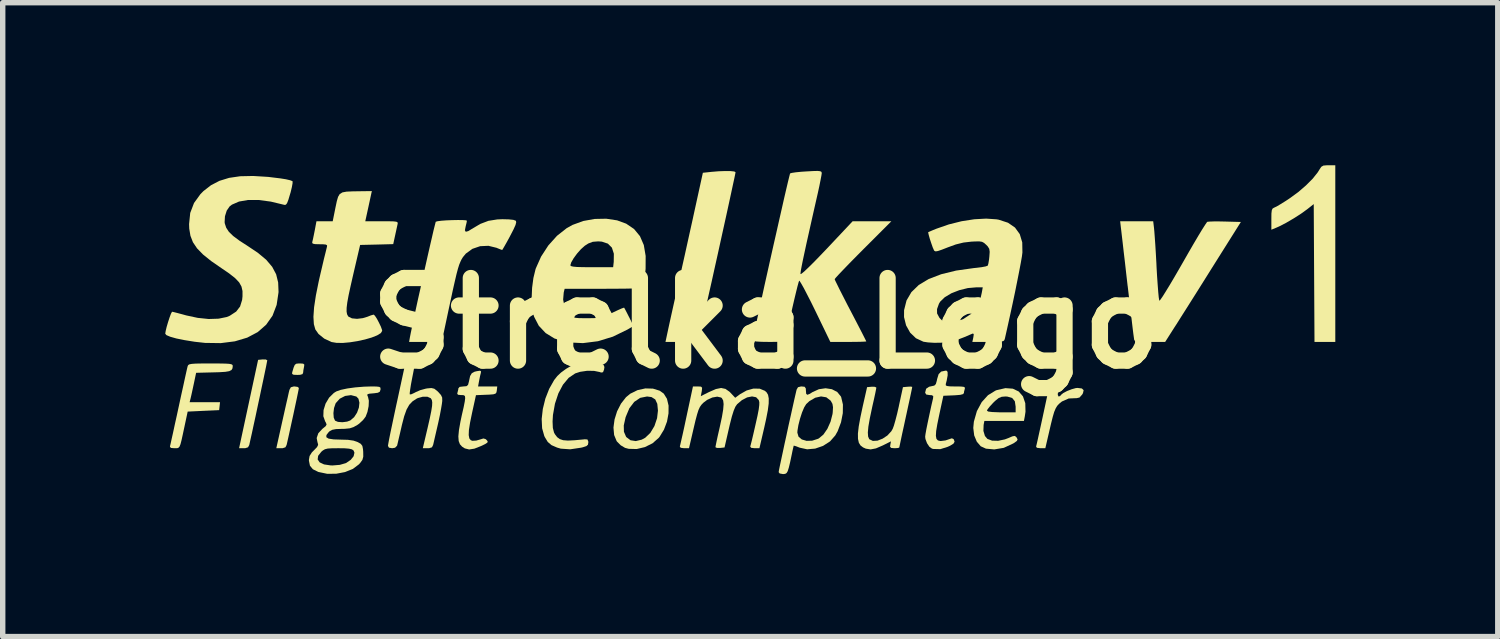
<source format=kicad_pcb>
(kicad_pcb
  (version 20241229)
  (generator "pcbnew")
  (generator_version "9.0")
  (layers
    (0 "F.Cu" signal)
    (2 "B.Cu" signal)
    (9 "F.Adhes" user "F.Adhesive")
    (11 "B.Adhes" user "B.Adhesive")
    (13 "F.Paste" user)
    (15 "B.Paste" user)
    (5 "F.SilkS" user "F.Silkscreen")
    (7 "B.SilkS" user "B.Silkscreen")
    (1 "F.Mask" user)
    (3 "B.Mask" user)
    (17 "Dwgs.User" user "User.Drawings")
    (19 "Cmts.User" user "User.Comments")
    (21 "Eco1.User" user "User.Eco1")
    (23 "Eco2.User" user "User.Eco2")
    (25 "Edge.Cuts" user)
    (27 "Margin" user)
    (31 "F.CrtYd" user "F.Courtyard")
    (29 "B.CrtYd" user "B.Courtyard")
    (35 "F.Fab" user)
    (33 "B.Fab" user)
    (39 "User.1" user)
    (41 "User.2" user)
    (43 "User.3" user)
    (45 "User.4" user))
  (footprint "Strelka_Logo"
    (layer "F.Cu")
    (at 11.083 2.916)
    (property "Reference" "Strelka_Logo" (at 0 0 0) (layer "F.SilkS") (effects (font (size 1.524 1.524) (thickness 0.3))))
    (attr board_only exclude_from_pos_files exclude_from_bom)
    (fp_poly (pts (xy -8.537 0.746) (xy -8.516 0.764) (xy -8.521 0.802) (xy -8.534 0.871) (xy -8.537 0.908) (xy -8.549 0.939) (xy -8.593 0.952) (xy -8.645 0.954) (xy -8.714 0.951) (xy -8.741 0.936) (xy -8.74 0.908) (xy -8.714 0.819) (xy -8.693 0.77) (xy -8.667 0.748) (xy -8.626 0.743) (xy -8.599 0.742)) (stroke (width 0) (type solid)) (fill yes) (layer "F.SilkS"))
    (fp_poly (pts (xy -9.227 0.669) (xy -9.2 0.684) (xy -9.2 0.686) (xy -9.206 0.716) (xy -9.22 0.79) (xy -9.243 0.9) (xy -9.272 1.039) (xy -9.306 1.198) (xy -9.342 1.37) (xy -9.38 1.547) (xy -9.417 1.722) (xy -9.453 1.886) (xy -9.484 2.031) (xy -9.511 2.151) (xy -9.53 2.237) (xy -9.532 2.247) (xy -9.555 2.29) (xy -9.605 2.306) (xy -9.633 2.307) (xy -9.72 2.307) (xy -9.369 0.676) (xy -9.285 0.668)) (stroke (width 0) (type solid)) (fill yes) (layer "F.SilkS"))
    (fp_poly (pts (xy -8.64 1.175) (xy -8.617 1.194) (xy -8.617 1.194) (xy -8.622 1.226) (xy -8.637 1.3) (xy -8.659 1.407) (xy -8.687 1.537) (xy -8.718 1.683) (xy -8.751 1.833) (xy -8.783 1.979) (xy -8.812 2.111) (xy -8.837 2.221) (xy -8.843 2.247) (xy -8.865 2.29) (xy -8.915 2.306) (xy -8.945 2.307) (xy -9.033 2.307) (xy -8.92 1.8) (xy -8.884 1.639) (xy -8.851 1.492) (xy -8.823 1.37) (xy -8.803 1.279) (xy -8.791 1.231) (xy -8.791 1.23) (xy -8.765 1.182) (xy -8.711 1.167) (xy -8.696 1.167)) (stroke (width 0) (type solid)) (fill yes) (layer "F.SilkS"))
    (fp_poly (pts (xy 10.513 0.345) (xy 10.129 0.345) (xy 10.122 -0.927) (xy 10.115 -2.199) (xy 9.996 -2.105) (xy 9.884 -2.024) (xy 9.747 -1.936) (xy 9.605 -1.853) (xy 9.477 -1.787) (xy 9.432 -1.767) (xy 9.333 -1.726) (xy 9.333 -1.922) (xy 9.334 -2.024) (xy 9.341 -2.085) (xy 9.356 -2.117) (xy 9.383 -2.133) (xy 9.388 -2.135) (xy 9.432 -2.156) (xy 9.508 -2.201) (xy 9.604 -2.261) (xy 9.676 -2.309) (xy 9.828 -2.42) (xy 9.971 -2.543) (xy 10.094 -2.666) (xy 10.186 -2.781) (xy 10.223 -2.84) (xy 10.254 -2.887) (xy 10.294 -2.91) (xy 10.364 -2.916) (xy 10.387 -2.916) (xy 10.513 -2.916)) (stroke (width 0) (type solid)) (fill yes) (layer "F.SilkS"))
    (fp_poly (pts (xy 5.381 1.17) (xy 5.402 1.19) (xy 5.397 1.242) (xy 5.394 1.259) (xy 5.391 1.324) (xy 5.407 1.354) (xy 5.436 1.342) (xy 5.45 1.323) (xy 5.491 1.289) (xy 5.563 1.251) (xy 5.648 1.218) (xy 5.724 1.197) (xy 5.753 1.194) (xy 5.835 1.204) (xy 5.868 1.235) (xy 5.856 1.29) (xy 5.842 1.315) (xy 5.792 1.371) (xy 5.736 1.384) (xy 5.73 1.383) (xy 5.593 1.389) (xy 5.468 1.444) (xy 5.415 1.487) (xy 5.38 1.525) (xy 5.352 1.572) (xy 5.325 1.636) (xy 5.298 1.727) (xy 5.266 1.855) (xy 5.247 1.937) (xy 5.161 2.307) (xy 5.07 2.307) (xy 5.005 2.299) (xy 4.99 2.275) (xy 4.991 2.274) (xy 5 2.239) (xy 5.018 2.16) (xy 5.043 2.046) (xy 5.074 1.905) (xy 5.109 1.745) (xy 5.118 1.703) (xy 5.233 1.167) (xy 5.322 1.167)) (stroke (width 0) (type solid)) (fill yes) (layer "F.SilkS"))
    (fp_poly (pts (xy -0.649 -2.808) (xy -0.581 -2.801) (xy -0.557 -2.788) (xy -0.557 -2.788) (xy -0.562 -2.758) (xy -0.578 -2.68) (xy -0.604 -2.561) (xy -0.637 -2.407) (xy -0.677 -2.222) (xy -0.723 -2.011) (xy -0.774 -1.78) (xy -0.828 -1.535) (xy -0.884 -1.28) (xy -0.942 -1.02) (xy -0.999 -0.762) (xy -1.056 -0.51) (xy -1.075 -0.424) (xy -1.116 -0.243) (xy -1.153 -0.076) (xy -1.185 0.068) (xy -1.211 0.182) (xy -1.228 0.258) (xy -1.234 0.285) (xy -1.242 0.311) (xy -1.259 0.328) (xy -1.295 0.338) (xy -1.359 0.343) (xy -1.461 0.345) (xy -1.549 0.345) (xy -1.85 0.345) (xy -1.786 0.046) (xy -1.757 -0.086) (xy -1.72 -0.253) (xy -1.679 -0.437) (xy -1.638 -0.62) (xy -1.619 -0.703) (xy -1.586 -0.849) (xy -1.544 -1.035) (xy -1.496 -1.249) (xy -1.445 -1.48) (xy -1.393 -1.716) (xy -1.342 -1.945) (xy -1.338 -1.965) (xy -1.16 -2.777) (xy -1 -2.794) (xy -0.868 -2.805) (xy -0.748 -2.809)) (stroke (width 0) (type solid)) (fill yes) (layer "F.SilkS"))
    (fp_poly (pts (xy -2.081 1.207) (xy -1.958 1.245) (xy -1.882 1.299) (xy -1.823 1.394) (xy -1.793 1.52) (xy -1.794 1.664) (xy -1.822 1.816) (xy -1.878 1.964) (xy -1.958 2.095) (xy -1.975 2.116) (xy -2.089 2.216) (xy -2.23 2.286) (xy -2.382 2.322) (xy -2.53 2.318) (xy -2.597 2.3) (xy -2.676 2.253) (xy -2.746 2.183) (xy -2.752 2.174) (xy -2.798 2.063) (xy -2.81 1.926) (xy -2.805 1.887) (xy -2.62 1.887) (xy -2.617 2.003) (xy -2.578 2.094) (xy -2.57 2.104) (xy -2.495 2.16) (xy -2.398 2.175) (xy -2.289 2.149) (xy -2.224 2.114) (xy -2.13 2.024) (xy -2.054 1.898) (xy -2.005 1.752) (xy -1.989 1.613) (xy -2.001 1.488) (xy -2.039 1.406) (xy -2.108 1.363) (xy -2.19 1.352) (xy -2.316 1.377) (xy -2.426 1.451) (xy -2.517 1.57) (xy -2.585 1.732) (xy -2.587 1.739) (xy -2.62 1.887) (xy -2.805 1.887) (xy -2.79 1.776) (xy -2.743 1.625) (xy -2.671 1.484) (xy -2.579 1.366) (xy -2.502 1.302) (xy -2.366 1.235) (xy -2.221 1.203)) (stroke (width 0) (type solid)) (fill yes) (layer "F.SilkS"))
    (fp_poly (pts (xy -10.09 0.743) (xy -9.979 0.745) (xy -9.906 0.749) (xy -9.863 0.757) (xy -9.843 0.769) (xy -9.837 0.786) (xy -9.837 0.789) (xy -9.842 0.833) (xy -9.861 0.864) (xy -9.903 0.885) (xy -9.975 0.897) (xy -10.087 0.904) (xy -10.195 0.907) (xy -10.513 0.915) (xy -10.555 1.114) (xy -10.578 1.221) (xy -10.599 1.317) (xy -10.614 1.382) (xy -10.615 1.386) (xy -10.633 1.458) (xy -10.072 1.458) (xy -10.08 1.531) (xy -10.088 1.604) (xy -10.379 1.617) (xy -10.669 1.631) (xy -10.726 1.898) (xy -10.759 2.052) (xy -10.783 2.161) (xy -10.802 2.234) (xy -10.82 2.278) (xy -10.84 2.299) (xy -10.864 2.307) (xy -10.898 2.307) (xy -10.913 2.307) (xy -10.975 2.302) (xy -10.996 2.284) (xy -10.993 2.26) (xy -10.984 2.223) (xy -10.966 2.141) (xy -10.939 2.021) (xy -10.907 1.872) (xy -10.869 1.701) (xy -10.831 1.525) (xy -10.791 1.339) (xy -10.753 1.168) (xy -10.721 1.02) (xy -10.695 0.903) (xy -10.677 0.823) (xy -10.668 0.789) (xy -10.658 0.771) (xy -10.635 0.758) (xy -10.591 0.75) (xy -10.519 0.745) (xy -10.409 0.743) (xy -10.254 0.742) (xy -10.246 0.742)) (stroke (width 0) (type solid)) (fill yes) (layer "F.SilkS"))
    (fp_poly (pts (xy -3.125 0.733) (xy -3.039 0.744) (xy -2.993 0.769) (xy -2.977 0.808) (xy -2.984 0.856) (xy -3.003 0.904) (xy -3.037 0.91) (xy -3.067 0.9) (xy -3.17 0.879) (xy -3.298 0.878) (xy -3.426 0.897) (xy -3.516 0.926) (xy -3.637 1.008) (xy -3.742 1.134) (xy -3.827 1.295) (xy -3.89 1.485) (xy -3.927 1.694) (xy -3.934 1.813) (xy -3.929 1.933) (xy -3.907 2.018) (xy -3.889 2.051) (xy -3.849 2.103) (xy -3.802 2.138) (xy -3.739 2.159) (xy -3.651 2.166) (xy -3.53 2.16) (xy -3.367 2.145) (xy -3.341 2.142) (xy -3.291 2.145) (xy -3.275 2.181) (xy -3.274 2.2) (xy -3.281 2.242) (xy -3.31 2.268) (xy -3.374 2.289) (xy -3.407 2.297) (xy -3.609 2.327) (xy -3.782 2.315) (xy -3.851 2.295) (xy -3.954 2.25) (xy -4.023 2.191) (xy -4.077 2.102) (xy -4.087 2.081) (xy -4.127 1.939) (xy -4.135 1.768) (xy -4.114 1.582) (xy -4.067 1.391) (xy -3.996 1.21) (xy -3.905 1.049) (xy -3.846 0.974) (xy -3.778 0.91) (xy -3.686 0.843) (xy -3.628 0.808) (xy -3.551 0.769) (xy -3.482 0.745) (xy -3.404 0.734) (xy -3.297 0.73) (xy -3.256 0.73)) (stroke (width 0) (type solid)) (fill yes) (layer "F.SilkS"))
    (fp_poly (pts (xy 4.561 1.208) (xy 4.67 1.26) (xy 4.748 1.35) (xy 4.791 1.476) (xy 4.795 1.633) (xy 4.782 1.72) (xy 4.766 1.803) (xy 4.036 1.803) (xy 4.022 1.876) (xy 4.018 1.987) (xy 4.046 2.081) (xy 4.092 2.135) (xy 4.178 2.167) (xy 4.29 2.17) (xy 4.414 2.144) (xy 4.48 2.119) (xy 4.552 2.088) (xy 4.592 2.08) (xy 4.617 2.093) (xy 4.633 2.112) (xy 4.649 2.145) (xy 4.635 2.173) (xy 4.582 2.211) (xy 4.567 2.22) (xy 4.394 2.3) (xy 4.219 2.329) (xy 4.065 2.315) (xy 3.969 2.271) (xy 3.896 2.186) (xy 3.848 2.071) (xy 3.831 1.933) (xy 3.842 1.817) (xy 3.898 1.621) (xy 3.902 1.614) (xy 4.083 1.614) (xy 4.107 1.63) (xy 4.181 1.639) (xy 4.305 1.644) (xy 4.348 1.644) (xy 4.613 1.644) (xy 4.613 1.54) (xy 4.598 1.44) (xy 4.549 1.38) (xy 4.461 1.354) (xy 4.422 1.352) (xy 4.354 1.358) (xy 4.298 1.382) (xy 4.234 1.434) (xy 4.199 1.468) (xy 4.138 1.534) (xy 4.096 1.587) (xy 4.083 1.614) (xy 3.902 1.614) (xy 3.987 1.456) (xy 4.103 1.328) (xy 4.242 1.243) (xy 4.266 1.234) (xy 4.425 1.198)) (stroke (width 0) (type solid)) (fill yes) (layer "F.SilkS"))
    (fp_poly (pts (xy -5.254 0.888) (xy -5.258 0.917) (xy -5.273 0.977) (xy -5.289 1.057) (xy -5.291 1.067) (xy -5.309 1.167) (xy -4.955 1.167) (xy -4.963 1.24) (xy -4.97 1.277) (xy -4.988 1.3) (xy -5.029 1.312) (xy -5.105 1.318) (xy -5.16 1.32) (xy -5.348 1.328) (xy -5.42 1.655) (xy -5.457 1.835) (xy -5.478 1.97) (xy -5.482 2.065) (xy -5.47 2.127) (xy -5.442 2.16) (xy -5.413 2.17) (xy -5.343 2.166) (xy -5.272 2.146) (xy -5.211 2.127) (xy -5.171 2.138) (xy -5.15 2.156) (xy -5.131 2.182) (xy -5.138 2.204) (xy -5.178 2.23) (xy -5.252 2.266) (xy -5.377 2.315) (xy -5.474 2.33) (xy -5.554 2.31) (xy -5.604 2.278) (xy -5.644 2.234) (xy -5.667 2.174) (xy -5.673 2.089) (xy -5.662 1.973) (xy -5.635 1.819) (xy -5.608 1.692) (xy -5.575 1.548) (xy -5.555 1.447) (xy -5.547 1.383) (xy -5.551 1.347) (xy -5.568 1.33) (xy -5.599 1.326) (xy -5.624 1.326) (xy -5.68 1.32) (xy -5.694 1.298) (xy -5.69 1.284) (xy -5.675 1.224) (xy -5.674 1.204) (xy -5.65 1.175) (xy -5.583 1.167) (xy -5.523 1.162) (xy -5.494 1.137) (xy -5.478 1.077) (xy -5.476 1.067) (xy -5.456 0.975) (xy -5.425 0.923) (xy -5.374 0.895) (xy -5.332 0.885) (xy -5.273 0.876)) (stroke (width 0) (type solid)) (fill yes) (layer "F.SilkS"))
    (fp_poly (pts (xy 7.167 -1.757) (xy 7.173 -1.693) (xy 7.181 -1.586) (xy 7.191 -1.446) (xy 7.201 -1.282) (xy 7.211 -1.104) (xy 7.214 -1.034) (xy 7.224 -0.861) (xy 7.235 -0.706) (xy 7.245 -0.576) (xy 7.254 -0.48) (xy 7.263 -0.425) (xy 7.266 -0.415) (xy 7.283 -0.432) (xy 7.323 -0.489) (xy 7.382 -0.583) (xy 7.458 -0.707) (xy 7.546 -0.856) (xy 7.644 -1.025) (xy 7.702 -1.126) (xy 7.805 -1.306) (xy 7.9 -1.47) (xy 7.985 -1.614) (xy 8.056 -1.731) (xy 8.11 -1.816) (xy 8.143 -1.864) (xy 8.151 -1.872) (xy 8.189 -1.876) (xy 8.268 -1.879) (xy 8.375 -1.879) (xy 8.477 -1.877) (xy 8.77 -1.869) (xy 8.236 -1.02) (xy 8.108 -0.816) (xy 7.982 -0.615) (xy 7.862 -0.425) (xy 7.752 -0.251) (xy 7.658 -0.103) (xy 7.584 0.015) (xy 7.537 0.087) (xy 7.373 0.345) (xy 7.093 0.345) (xy 6.954 0.343) (xy 6.863 0.336) (xy 6.814 0.323) (xy 6.802 0.312) (xy 6.797 0.278) (xy 6.786 0.199) (xy 6.771 0.078) (xy 6.753 -0.076) (xy 6.731 -0.259) (xy 6.707 -0.464) (xy 6.681 -0.686) (xy 6.68 -0.689) (xy 6.654 -0.915) (xy 6.63 -1.128) (xy 6.607 -1.322) (xy 6.588 -1.49) (xy 6.572 -1.626) (xy 6.561 -1.721) (xy 6.555 -1.77) (xy 6.542 -1.882) (xy 7.152 -1.882)) (stroke (width 0) (type solid)) (fill yes) (layer "F.SilkS"))
    (fp_poly (pts (xy 2.704 1.175) (xy 2.704 1.176) (xy 2.699 1.205) (xy 2.684 1.277) (xy 2.661 1.386) (xy 2.631 1.523) (xy 2.597 1.681) (xy 2.585 1.735) (xy 2.55 1.898) (xy 2.518 2.043) (xy 2.493 2.161) (xy 2.475 2.247) (xy 2.466 2.29) (xy 2.466 2.294) (xy 2.442 2.303) (xy 2.386 2.307) (xy 2.377 2.307) (xy 2.317 2.302) (xy 2.296 2.282) (xy 2.3 2.243) (xy 2.312 2.18) (xy 2.16 2.256) (xy 2.035 2.31) (xy 1.936 2.329) (xy 1.848 2.315) (xy 1.797 2.292) (xy 1.75 2.256) (xy 1.719 2.206) (xy 1.703 2.134) (xy 1.702 2.035) (xy 1.717 1.904) (xy 1.748 1.734) (xy 1.794 1.519) (xy 1.799 1.498) (xy 1.871 1.18) (xy 1.956 1.172) (xy 2.014 1.173) (xy 2.041 1.187) (xy 2.042 1.189) (xy 2.036 1.223) (xy 2.021 1.298) (xy 1.998 1.404) (xy 1.969 1.531) (xy 1.962 1.564) (xy 1.921 1.758) (xy 1.895 1.907) (xy 1.885 2.016) (xy 1.89 2.091) (xy 1.909 2.136) (xy 1.914 2.142) (xy 1.978 2.172) (xy 2.064 2.167) (xy 2.157 2.131) (xy 2.246 2.072) (xy 2.318 1.994) (xy 2.344 1.949) (xy 2.366 1.89) (xy 2.394 1.792) (xy 2.426 1.669) (xy 2.457 1.533) (xy 2.459 1.521) (xy 2.533 1.18) (xy 2.619 1.172) (xy 2.677 1.169)) (stroke (width 0) (type solid)) (fill yes) (layer "F.SilkS"))
    (fp_poly (pts (xy 3.357 0.898) (xy 3.358 0.963) (xy 3.34 1.06) (xy 3.324 1.12) (xy 3.323 1.144) (xy 3.343 1.158) (xy 3.395 1.165) (xy 3.488 1.167) (xy 3.501 1.167) (xy 3.6 1.168) (xy 3.655 1.174) (xy 3.677 1.188) (xy 3.675 1.209) (xy 3.66 1.267) (xy 3.659 1.287) (xy 3.643 1.308) (xy 3.59 1.322) (xy 3.492 1.33) (xy 3.469 1.331) (xy 3.279 1.339) (xy 3.202 1.694) (xy 3.167 1.864) (xy 3.146 1.99) (xy 3.141 2.078) (xy 3.151 2.133) (xy 3.178 2.163) (xy 3.221 2.174) (xy 3.234 2.174) (xy 3.319 2.163) (xy 3.381 2.142) (xy 3.436 2.124) (xy 3.466 2.138) (xy 3.473 2.148) (xy 3.486 2.187) (xy 3.466 2.222) (xy 3.405 2.26) (xy 3.357 2.282) (xy 3.223 2.324) (xy 3.097 2.321) (xy 3.069 2.315) (xy 3.021 2.28) (xy 2.977 2.214) (xy 2.948 2.136) (xy 2.943 2.094) (xy 2.949 2.047) (xy 2.965 1.957) (xy 2.99 1.834) (xy 3.021 1.688) (xy 3.056 1.527) (xy 3.089 1.385) (xy 3.092 1.343) (xy 3.063 1.328) (xy 3.023 1.326) (xy 2.963 1.316) (xy 2.944 1.285) (xy 2.943 1.279) (xy 2.961 1.209) (xy 3.016 1.172) (xy 3.062 1.162) (xy 3.112 1.151) (xy 3.14 1.123) (xy 3.158 1.061) (xy 3.164 1.03) (xy 3.191 0.941) (xy 3.237 0.893) (xy 3.315 0.876) (xy 3.337 0.875)) (stroke (width 0) (type solid)) (fill yes) (layer "F.SilkS"))
    (fp_poly (pts (xy -4.743 -1.917) (xy -4.657 -1.908) (xy -4.613 -1.892) (xy -4.612 -1.892) (xy -4.605 -1.865) (xy -4.618 -1.813) (xy -4.656 -1.729) (xy -4.719 -1.608) (xy -4.719 -1.607) (xy -4.775 -1.504) (xy -4.822 -1.421) (xy -4.853 -1.368) (xy -4.864 -1.352) (xy -4.891 -1.361) (xy -4.949 -1.384) (xy -4.967 -1.392) (xy -5.118 -1.429) (xy -5.271 -1.422) (xy -5.414 -1.373) (xy -5.535 -1.285) (xy -5.588 -1.221) (xy -5.613 -1.181) (xy -5.635 -1.135) (xy -5.658 -1.079) (xy -5.681 -1.005) (xy -5.707 -0.907) (xy -5.737 -0.779) (xy -5.774 -0.616) (xy -5.818 -0.411) (xy -5.851 -0.259) (xy -5.979 0.344) (xy -6.281 0.345) (xy -6.582 0.345) (xy -6.567 0.259) (xy -6.552 0.182) (xy -6.528 0.068) (xy -6.497 -0.078) (xy -6.46 -0.249) (xy -6.419 -0.438) (xy -6.374 -0.638) (xy -6.329 -0.844) (xy -6.283 -1.047) (xy -6.239 -1.243) (xy -6.198 -1.423) (xy -6.161 -1.582) (xy -6.131 -1.713) (xy -6.107 -1.809) (xy -6.093 -1.863) (xy -6.09 -1.873) (xy -6.056 -1.883) (xy -5.986 -1.892) (xy -5.891 -1.899) (xy -5.786 -1.903) (xy -5.682 -1.905) (xy -5.594 -1.904) (xy -5.534 -1.9) (xy -5.515 -1.892) (xy -5.522 -1.853) (xy -5.538 -1.788) (xy -5.539 -1.783) (xy -5.552 -1.715) (xy -5.536 -1.688) (xy -5.489 -1.701) (xy -5.427 -1.739) (xy -5.268 -1.833) (xy -5.118 -1.89) (xy -4.955 -1.916) (xy -4.86 -1.92)) (stroke (width 0) (type solid)) (fill yes) (layer "F.SilkS"))
    (fp_poly (pts (xy -6.489 0.669) (xy -6.476 0.689) (xy -6.475 0.733) (xy -6.486 0.809) (xy -6.508 0.924) (xy -6.526 1.015) (xy -6.548 1.131) (xy -6.563 1.227) (xy -6.571 1.292) (xy -6.569 1.314) (xy -6.54 1.311) (xy -6.484 1.285) (xy -6.464 1.274) (xy -6.378 1.236) (xy -6.276 1.208) (xy -6.25 1.203) (xy -6.17 1.196) (xy -6.117 1.209) (xy -6.065 1.249) (xy -6.043 1.27) (xy -5.994 1.325) (xy -5.972 1.371) (xy -5.97 1.433) (xy -5.977 1.489) (xy -5.991 1.573) (xy -6.013 1.691) (xy -6.041 1.823) (xy -6.06 1.906) (xy -6.088 2.027) (xy -6.113 2.135) (xy -6.131 2.214) (xy -6.139 2.247) (xy -6.16 2.29) (xy -6.21 2.306) (xy -6.24 2.307) (xy -6.329 2.307) (xy -6.24 1.929) (xy -6.2 1.754) (xy -6.173 1.622) (xy -6.158 1.527) (xy -6.155 1.462) (xy -6.162 1.418) (xy -6.179 1.389) (xy -6.183 1.384) (xy -6.243 1.357) (xy -6.328 1.356) (xy -6.42 1.381) (xy -6.441 1.391) (xy -6.518 1.441) (xy -6.579 1.505) (xy -6.629 1.594) (xy -6.673 1.717) (xy -6.716 1.883) (xy -6.72 1.901) (xy -6.749 2.027) (xy -6.775 2.137) (xy -6.794 2.219) (xy -6.804 2.26) (xy -6.841 2.298) (xy -6.895 2.307) (xy -6.954 2.297) (xy -6.972 2.264) (xy -6.972 2.26) (xy -6.966 2.223) (xy -6.951 2.142) (xy -6.927 2.022) (xy -6.895 1.871) (xy -6.858 1.695) (xy -6.817 1.503) (xy -6.804 1.445) (xy -6.638 0.676) (xy -6.553 0.668) (xy -6.514 0.665)) (stroke (width 0) (type solid)) (fill yes) (layer "F.SilkS"))
    (fp_poly (pts (xy -7.33 -2.161) (xy -7.391 -1.882) (xy -7.086 -1.882) (xy -6.956 -1.882) (xy -6.87 -1.88) (xy -6.819 -1.874) (xy -6.796 -1.863) (xy -6.792 -1.845) (xy -6.796 -1.823) (xy -6.809 -1.764) (xy -6.828 -1.676) (xy -6.842 -1.612) (xy -6.875 -1.46) (xy -7.18 -1.452) (xy -7.486 -1.445) (xy -7.613 -0.901) (xy -7.662 -0.686) (xy -7.699 -0.515) (xy -7.723 -0.384) (xy -7.735 -0.286) (xy -7.736 -0.215) (xy -7.727 -0.165) (xy -7.708 -0.13) (xy -7.7 -0.121) (xy -7.637 -0.09) (xy -7.543 -0.081) (xy -7.436 -0.094) (xy -7.353 -0.119) (xy -7.287 -0.145) (xy -7.241 -0.158) (xy -7.235 -0.159) (xy -7.212 -0.137) (xy -7.176 -0.082) (xy -7.138 -0.01) (xy -7.103 0.063) (xy -7.082 0.122) (xy -7.079 0.141) (xy -7.104 0.182) (xy -7.172 0.224) (xy -7.273 0.264) (xy -7.397 0.3) (xy -7.534 0.33) (xy -7.674 0.352) (xy -7.807 0.364) (xy -7.924 0.362) (xy -8.013 0.347) (xy -8.148 0.284) (xy -8.254 0.198) (xy -8.313 0.114) (xy -8.34 0.017) (xy -8.348 -0.118) (xy -8.336 -0.293) (xy -8.303 -0.511) (xy -8.25 -0.774) (xy -8.221 -0.901) (xy -8.185 -1.054) (xy -8.153 -1.191) (xy -8.125 -1.302) (xy -8.106 -1.38) (xy -8.098 -1.412) (xy -8.096 -1.438) (xy -8.119 -1.452) (xy -8.178 -1.458) (xy -8.232 -1.458) (xy -8.317 -1.46) (xy -8.36 -1.469) (xy -8.371 -1.488) (xy -8.368 -1.505) (xy -8.356 -1.554) (xy -8.339 -1.637) (xy -8.323 -1.717) (xy -8.292 -1.882) (xy -7.992 -1.882) (xy -7.94 -2.141) (xy -7.916 -2.254) (xy -7.893 -2.333) (xy -7.862 -2.385) (xy -7.812 -2.415) (xy -7.736 -2.429) (xy -7.624 -2.434) (xy -7.499 -2.436) (xy -7.27 -2.439)) (stroke (width 0) (type solid)) (fill yes) (layer "F.SilkS"))
    (fp_poly (pts (xy 0.719 1.173) (xy 0.74 1.204) (xy 0.742 1.246) (xy 0.747 1.303) (xy 0.768 1.321) (xy 0.814 1.303) (xy 0.861 1.273) (xy 0.981 1.218) (xy 1.105 1.2) (xy 1.222 1.218) (xy 1.32 1.269) (xy 1.387 1.351) (xy 1.393 1.364) (xy 1.425 1.5) (xy 1.423 1.66) (xy 1.39 1.829) (xy 1.328 1.993) (xy 1.284 2.071) (xy 1.187 2.181) (xy 1.058 2.264) (xy 0.913 2.314) (xy 0.765 2.327) (xy 0.627 2.297) (xy 0.625 2.296) (xy 0.561 2.271) (xy 0.522 2.26) (xy 0.517 2.26) (xy 0.51 2.287) (xy 0.495 2.352) (xy 0.48 2.426) (xy 0.45 2.568) (xy 0.426 2.667) (xy 0.406 2.73) (xy 0.385 2.765) (xy 0.36 2.78) (xy 0.328 2.784) (xy 0.317 2.784) (xy 0.258 2.773) (xy 0.239 2.749) (xy 0.244 2.717) (xy 0.259 2.642) (xy 0.283 2.53) (xy 0.313 2.39) (xy 0.347 2.23) (xy 0.385 2.058) (xy 0.393 2.02) (xy 0.584 2.02) (xy 0.606 2.094) (xy 0.666 2.145) (xy 0.754 2.171) (xy 0.857 2.168) (xy 0.966 2.133) (xy 0.981 2.125) (xy 1.064 2.056) (xy 1.138 1.949) (xy 1.197 1.817) (xy 1.233 1.676) (xy 1.237 1.643) (xy 1.242 1.551) (xy 1.232 1.489) (xy 1.203 1.436) (xy 1.194 1.425) (xy 1.118 1.367) (xy 1.021 1.351) (xy 0.914 1.375) (xy 0.806 1.438) (xy 0.747 1.493) (xy 0.71 1.553) (xy 0.67 1.648) (xy 0.633 1.763) (xy 0.603 1.881) (xy 0.586 1.984) (xy 0.584 2.02) (xy 0.393 2.02) (xy 0.423 1.88) (xy 0.462 1.706) (xy 0.498 1.543) (xy 0.53 1.399) (xy 0.557 1.282) (xy 0.57 1.226) (xy 0.596 1.181) (xy 0.652 1.167) (xy 0.663 1.167)) (stroke (width 0) (type solid)) (fill yes) (layer "F.SilkS"))
    (fp_poly (pts (xy -1.194 1.17) (xy -1.174 1.191) (xy -1.179 1.245) (xy -1.181 1.257) (xy -1.198 1.346) (xy -1.046 1.27) (xy -0.92 1.215) (xy -0.823 1.195) (xy -0.743 1.212) (xy -0.669 1.264) (xy -0.649 1.284) (xy -0.563 1.376) (xy -0.474 1.31) (xy -0.352 1.241) (xy -0.227 1.206) (xy -0.111 1.208) (xy -0.016 1.247) (xy 0.015 1.274) (xy 0.043 1.321) (xy 0.056 1.388) (xy 0.055 1.481) (xy 0.039 1.607) (xy 0.007 1.772) (xy -0.029 1.934) (xy -0.116 2.307) (xy -0.206 2.307) (xy -0.27 2.299) (xy -0.286 2.276) (xy -0.285 2.274) (xy -0.275 2.237) (xy -0.255 2.159) (xy -0.229 2.049) (xy -0.199 1.918) (xy -0.186 1.861) (xy -0.151 1.704) (xy -0.129 1.59) (xy -0.119 1.51) (xy -0.118 1.456) (xy -0.128 1.419) (xy -0.129 1.417) (xy -0.177 1.366) (xy -0.252 1.351) (xy -0.343 1.369) (xy -0.44 1.42) (xy -0.528 1.495) (xy -0.56 1.541) (xy -0.591 1.614) (xy -0.625 1.722) (xy -0.663 1.872) (xy -0.676 1.928) (xy -0.76 2.293) (xy -0.844 2.302) (xy -0.902 2.301) (xy -0.928 2.288) (xy -0.928 2.287) (xy -0.922 2.254) (xy -0.907 2.18) (xy -0.884 2.074) (xy -0.855 1.947) (xy -0.847 1.911) (xy -0.808 1.73) (xy -0.785 1.593) (xy -0.777 1.493) (xy -0.785 1.426) (xy -0.809 1.383) (xy -0.824 1.371) (xy -0.895 1.355) (xy -0.986 1.371) (xy -1.081 1.415) (xy -1.149 1.466) (xy -1.186 1.504) (xy -1.215 1.546) (xy -1.241 1.602) (xy -1.266 1.681) (xy -1.296 1.793) (xy -1.328 1.929) (xy -1.416 2.307) (xy -1.506 2.307) (xy -1.57 2.299) (xy -1.585 2.275) (xy -1.585 2.274) (xy -1.576 2.239) (xy -1.558 2.16) (xy -1.532 2.046) (xy -1.501 1.905) (xy -1.467 1.745) (xy -1.458 1.703) (xy -1.343 1.167) (xy -1.253 1.167)) (stroke (width 0) (type solid)) (fill yes) (layer "F.SilkS"))
    (fp_poly (pts (xy -9.183 -2.701) (xy -8.955 -2.673) (xy -8.855 -2.657) (xy -8.778 -2.639) (xy -8.736 -2.623) (xy -8.733 -2.62) (xy -8.733 -2.584) (xy -8.746 -2.512) (xy -8.769 -2.416) (xy -8.779 -2.383) (xy -8.81 -2.279) (xy -8.834 -2.217) (xy -8.856 -2.188) (xy -8.881 -2.184) (xy -8.894 -2.187) (xy -9.135 -2.245) (xy -9.357 -2.274) (xy -9.554 -2.275) (xy -9.721 -2.246) (xy -9.852 -2.189) (xy -9.894 -2.157) (xy -9.948 -2.079) (xy -9.981 -1.974) (xy -9.987 -1.865) (xy -9.984 -1.842) (xy -9.958 -1.763) (xy -9.909 -1.688) (xy -9.829 -1.61) (xy -9.712 -1.523) (xy -9.577 -1.436) (xy -9.375 -1.301) (xy -9.22 -1.172) (xy -9.109 -1.041) (xy -9.036 -0.903) (xy -8.999 -0.752) (xy -8.992 -0.581) (xy -8.993 -0.565) (xy -9.027 -0.338) (xy -9.103 -0.139) (xy -9.221 0.028) (xy -9.377 0.164) (xy -9.57 0.266) (xy -9.798 0.334) (xy -10.058 0.367) (xy -10.349 0.363) (xy -10.539 0.342) (xy -10.726 0.312) (xy -10.879 0.281) (xy -10.992 0.249) (xy -11.062 0.219) (xy -11.083 0.193) (xy -11.075 0.143) (xy -11.057 0.067) (xy -11.031 -0.021) (xy -11.003 -0.107) (xy -10.978 -0.174) (xy -10.959 -0.21) (xy -10.956 -0.212) (xy -10.923 -0.205) (xy -10.852 -0.187) (xy -10.755 -0.161) (xy -10.698 -0.145) (xy -10.484 -0.099) (xy -10.281 -0.078) (xy -10.098 -0.084) (xy -9.947 -0.115) (xy -9.89 -0.139) (xy -9.774 -0.215) (xy -9.702 -0.308) (xy -9.664 -0.43) (xy -9.657 -0.497) (xy -9.657 -0.594) (xy -9.676 -0.677) (xy -9.719 -0.754) (xy -9.793 -0.832) (xy -9.903 -0.919) (xy -10.042 -1.014) (xy -10.236 -1.148) (xy -10.385 -1.268) (xy -10.496 -1.382) (xy -10.572 -1.495) (xy -10.618 -1.614) (xy -10.64 -1.746) (xy -10.643 -1.83) (xy -10.622 -2.036) (xy -10.552 -2.219) (xy -10.434 -2.382) (xy -10.378 -2.439) (xy -10.239 -2.547) (xy -10.083 -2.628) (xy -9.905 -2.683) (xy -9.7 -2.713) (xy -9.461 -2.718)) (stroke (width 0) (type solid)) (fill yes) (layer "F.SilkS"))
    (fp_poly (pts (xy -2.743 -1.899) (xy -2.576 -1.838) (xy -2.43 -1.739) (xy -2.321 -1.607) (xy -2.25 -1.443) (xy -2.216 -1.242) (xy -2.217 -1.004) (xy -2.225 -0.921) (xy -2.237 -0.81) (xy -2.247 -0.72) (xy -2.253 -0.664) (xy -2.254 -0.651) (xy -2.279 -0.647) (xy -2.351 -0.644) (xy -2.462 -0.641) (xy -2.606 -0.638) (xy -2.775 -0.637) (xy -2.964 -0.636) (xy -2.982 -0.636) (xy -3.711 -0.636) (xy -3.728 -0.568) (xy -3.739 -0.436) (xy -3.713 -0.306) (xy -3.654 -0.197) (xy -3.635 -0.176) (xy -3.595 -0.138) (xy -3.557 -0.114) (xy -3.511 -0.1) (xy -3.441 -0.094) (xy -3.335 -0.093) (xy -3.292 -0.093) (xy -3.169 -0.094) (xy -3.08 -0.1) (xy -3.007 -0.116) (xy -2.931 -0.145) (xy -2.833 -0.191) (xy -2.827 -0.195) (xy -2.734 -0.239) (xy -2.66 -0.272) (xy -2.618 -0.287) (xy -2.613 -0.287) (xy -2.598 -0.261) (xy -2.566 -0.2) (xy -2.524 -0.117) (xy -2.522 -0.114) (xy -2.44 0.051) (xy -2.552 0.117) (xy -2.821 0.248) (xy -3.096 0.332) (xy -3.373 0.367) (xy -3.643 0.354) (xy -3.708 0.343) (xy -3.9 0.281) (xy -4.062 0.181) (xy -4.188 0.047) (xy -4.273 -0.116) (xy -4.286 -0.155) (xy -4.311 -0.296) (xy -4.32 -0.467) (xy -4.312 -0.653) (xy -4.288 -0.834) (xy -4.25 -0.991) (xy -4.245 -1.008) (xy -4.218 -1.069) (xy -3.606 -1.069) (xy -3.594 -1.055) (xy -3.555 -1.045) (xy -3.481 -1.038) (xy -3.368 -1.035) (xy -3.211 -1.034) (xy -2.816 -1.034) (xy -2.805 -1.133) (xy -2.803 -1.283) (xy -2.839 -1.395) (xy -2.913 -1.469) (xy -3.024 -1.506) (xy -3.091 -1.511) (xy -3.192 -1.503) (xy -3.274 -1.472) (xy -3.338 -1.431) (xy -3.409 -1.368) (xy -3.481 -1.287) (xy -3.545 -1.2) (xy -3.59 -1.122) (xy -3.606 -1.069) (xy -4.218 -1.069) (xy -4.146 -1.23) (xy -4.012 -1.436) (xy -3.852 -1.614) (xy -3.673 -1.755) (xy -3.565 -1.815) (xy -3.368 -1.887) (xy -3.156 -1.925) (xy -2.943 -1.929)) (stroke (width 0) (type solid)) (fill yes) (layer "F.SilkS"))
    (fp_poly (pts (xy 1.005 -2.806) (xy 1.027 -2.795) (xy 1.034 -2.776) (xy 1.034 -2.768) (xy 1.028 -2.726) (xy 1.012 -2.642) (xy 0.989 -2.527) (xy 0.959 -2.39) (xy 0.94 -2.307) (xy 0.867 -1.985) (xy 0.806 -1.712) (xy 0.755 -1.485) (xy 0.715 -1.3) (xy 0.684 -1.155) (xy 0.662 -1.045) (xy 0.648 -0.969) (xy 0.642 -0.923) (xy 0.642 -0.907) (xy 0.661 -0.914) (xy 0.713 -0.957) (xy 0.791 -1.031) (xy 0.894 -1.133) (xy 1.015 -1.258) (xy 1.127 -1.375) (xy 1.604 -1.882) (xy 2.319 -1.882) (xy 1.796 -1.359) (xy 1.66 -1.222) (xy 1.537 -1.097) (xy 1.432 -0.988) (xy 1.35 -0.902) (xy 1.295 -0.842) (xy 1.273 -0.814) (xy 1.273 -0.813) (xy 1.284 -0.785) (xy 1.318 -0.716) (xy 1.368 -0.614) (xy 1.434 -0.485) (xy 1.51 -0.336) (xy 1.564 -0.233) (xy 1.646 -0.076) (xy 1.719 0.065) (xy 1.78 0.183) (xy 1.825 0.272) (xy 1.851 0.324) (xy 1.856 0.336) (xy 1.831 0.339) (xy 1.763 0.342) (xy 1.663 0.344) (xy 1.539 0.345) (xy 1.525 0.345) (xy 1.193 0.345) (xy 0.915 -0.23) (xy 0.837 -0.389) (xy 0.765 -0.529) (xy 0.705 -0.645) (xy 0.657 -0.73) (xy 0.627 -0.778) (xy 0.618 -0.786) (xy 0.607 -0.756) (xy 0.587 -0.683) (xy 0.561 -0.578) (xy 0.53 -0.449) (xy 0.497 -0.307) (xy 0.464 -0.16) (xy 0.433 -0.019) (xy 0.406 0.107) (xy 0.385 0.209) (xy 0.373 0.277) (xy 0.371 0.298) (xy 0.366 0.318) (xy 0.346 0.332) (xy 0.301 0.34) (xy 0.223 0.343) (xy 0.103 0.345) (xy 0.066 0.345) (xy -0.079 0.343) (xy -0.175 0.337) (xy -0.226 0.326) (xy -0.239 0.313) (xy -0.233 0.279) (xy -0.217 0.199) (xy -0.192 0.079) (xy -0.158 -0.076) (xy -0.119 -0.259) (xy -0.073 -0.466) (xy -0.024 -0.691) (xy 0.029 -0.928) (xy 0.083 -1.171) (xy 0.138 -1.416) (xy 0.193 -1.657) (xy 0.245 -1.888) (xy 0.294 -2.103) (xy 0.338 -2.298) (xy 0.377 -2.466) (xy 0.409 -2.602) (xy 0.433 -2.7) (xy 0.447 -2.755) (xy 0.45 -2.765) (xy 0.483 -2.775) (xy 0.557 -2.786) (xy 0.66 -2.796) (xy 0.752 -2.802) (xy 0.877 -2.809) (xy 0.958 -2.811)) (stroke (width 0) (type solid)) (fill yes) (layer "F.SilkS"))
    (fp_poly (pts (xy 4.259 -1.918) (xy 4.3 -1.911) (xy 4.472 -1.855) (xy 4.601 -1.766) (xy 4.689 -1.645) (xy 4.735 -1.492) (xy 4.738 -1.306) (xy 4.738 -1.305) (xy 4.729 -1.234) (xy 4.709 -1.119) (xy 4.68 -0.966) (xy 4.644 -0.784) (xy 4.603 -0.58) (xy 4.557 -0.362) (xy 4.508 -0.136) (xy 4.458 0.09) (xy 4.414 0.285) (xy 4.405 0.311) (xy 4.388 0.328) (xy 4.351 0.338) (xy 4.285 0.343) (xy 4.182 0.345) (xy 4.107 0.345) (xy 3.814 0.345) (xy 3.832 0.261) (xy 3.84 0.205) (xy 3.828 0.19) (xy 3.814 0.193) (xy 3.662 0.258) (xy 3.544 0.303) (xy 3.447 0.332) (xy 3.357 0.349) (xy 3.261 0.358) (xy 3.223 0.36) (xy 3.106 0.361) (xy 2.996 0.354) (xy 2.915 0.342) (xy 2.908 0.34) (xy 2.773 0.277) (xy 2.666 0.174) (xy 2.591 0.04) (xy 2.553 -0.113) (xy 2.554 -0.243) (xy 2.559 -0.261) (xy 3.162 -0.261) (xy 3.163 -0.181) (xy 3.204 -0.104) (xy 3.21 -0.096) (xy 3.252 -0.054) (xy 3.303 -0.033) (xy 3.383 -0.027) (xy 3.402 -0.027) (xy 3.511 -0.038) (xy 3.616 -0.065) (xy 3.646 -0.077) (xy 3.789 -0.171) (xy 3.897 -0.303) (xy 3.968 -0.474) (xy 3.988 -0.563) (xy 4.006 -0.663) (xy 3.891 -0.663) (xy 3.731 -0.649) (xy 3.573 -0.61) (xy 3.427 -0.553) (xy 3.306 -0.481) (xy 3.221 -0.399) (xy 3.198 -0.361) (xy 3.162 -0.261) (xy 2.559 -0.261) (xy 2.599 -0.42) (xy 2.689 -0.574) (xy 2.825 -0.706) (xy 3.008 -0.816) (xy 3.238 -0.904) (xy 3.515 -0.972) (xy 3.841 -1.018) (xy 3.891 -1.023) (xy 3.987 -1.035) (xy 4.061 -1.049) (xy 4.098 -1.063) (xy 4.099 -1.065) (xy 4.11 -1.103) (xy 4.122 -1.175) (xy 4.128 -1.231) (xy 4.134 -1.318) (xy 4.126 -1.373) (xy 4.098 -1.418) (xy 4.071 -1.446) (xy 4.031 -1.482) (xy 3.992 -1.503) (xy 3.939 -1.511) (xy 3.856 -1.509) (xy 3.796 -1.506) (xy 3.65 -1.489) (xy 3.508 -1.454) (xy 3.36 -1.4) (xy 3.25 -1.357) (xy 3.179 -1.333) (xy 3.137 -1.326) (xy 3.114 -1.335) (xy 3.105 -1.349) (xy 3.082 -1.401) (xy 3.056 -1.476) (xy 3.029 -1.557) (xy 3.009 -1.628) (xy 2.999 -1.673) (xy 3 -1.681) (xy 3.028 -1.693) (xy 3.09 -1.72) (xy 3.155 -1.746) (xy 3.38 -1.824) (xy 3.617 -1.883) (xy 3.85 -1.919) (xy 4.069 -1.931)) (stroke (width 0) (type solid)) (fill yes) (layer "F.SilkS"))
    (fp_poly (pts (xy -7.188 1.168) (xy -7.134 1.174) (xy -7.112 1.188) (xy -7.109 1.215) (xy -7.11 1.226) (xy -7.123 1.264) (xy -7.158 1.283) (xy -7.23 1.293) (xy -7.245 1.294) (xy -7.32 1.301) (xy -7.352 1.312) (xy -7.352 1.336) (xy -7.341 1.358) (xy -7.325 1.43) (xy -7.329 1.53) (xy -7.351 1.637) (xy -7.384 1.724) (xy -7.432 1.787) (xy -7.503 1.853) (xy -7.535 1.876) (xy -7.608 1.917) (xy -7.679 1.94) (xy -7.772 1.949) (xy -7.827 1.95) (xy -7.932 1.954) (xy -8 1.967) (xy -8.047 1.992) (xy -8.065 2.008) (xy -8.108 2.063) (xy -8.11 2.104) (xy -8.067 2.13) (xy -7.976 2.144) (xy -7.855 2.148) (xy -7.711 2.152) (xy -7.607 2.167) (xy -7.53 2.194) (xy -7.53 2.194) (xy -7.474 2.226) (xy -7.445 2.264) (xy -7.433 2.325) (xy -7.429 2.376) (xy -7.428 2.463) (xy -7.444 2.522) (xy -7.485 2.579) (xy -7.509 2.605) (xy -7.62 2.689) (xy -7.765 2.747) (xy -7.928 2.778) (xy -8.095 2.779) (xy -8.252 2.746) (xy -8.259 2.744) (xy -8.358 2.695) (xy -8.412 2.63) (xy -8.431 2.538) (xy -8.431 2.523) (xy -8.43 2.514) (xy -8.27 2.514) (xy -8.233 2.568) (xy -8.152 2.606) (xy -8.031 2.624) (xy -7.995 2.625) (xy -7.861 2.614) (xy -7.753 2.583) (xy -7.742 2.578) (xy -7.659 2.521) (xy -7.606 2.455) (xy -7.591 2.39) (xy -7.607 2.349) (xy -7.637 2.328) (xy -7.691 2.315) (xy -7.778 2.308) (xy -7.887 2.307) (xy -8.005 2.308) (xy -8.084 2.313) (xy -8.136 2.326) (xy -8.175 2.349) (xy -8.202 2.372) (xy -8.261 2.447) (xy -8.27 2.514) (xy -8.43 2.514) (xy -8.419 2.451) (xy -8.377 2.384) (xy -8.337 2.344) (xy -8.281 2.286) (xy -8.261 2.245) (xy -8.269 2.208) (xy -8.272 2.202) (xy -8.288 2.119) (xy -8.258 2.031) (xy -8.183 1.95) (xy -8.177 1.945) (xy -8.123 1.901) (xy -8.105 1.869) (xy -8.118 1.834) (xy -8.131 1.813) (xy -8.165 1.717) (xy -8.163 1.659) (xy -7.979 1.659) (xy -7.973 1.743) (xy -7.949 1.798) (xy -7.895 1.821) (xy -7.813 1.827) (xy -7.726 1.816) (xy -7.667 1.794) (xy -7.597 1.734) (xy -7.543 1.651) (xy -7.509 1.557) (xy -7.499 1.467) (xy -7.517 1.393) (xy -7.555 1.353) (xy -7.655 1.327) (xy -7.763 1.342) (xy -7.862 1.393) (xy -7.935 1.474) (xy -7.94 1.484) (xy -7.968 1.566) (xy -7.979 1.659) (xy -8.163 1.659) (xy -8.161 1.603) (xy -8.124 1.484) (xy -8.059 1.374) (xy -7.971 1.287) (xy -7.926 1.259) (xy -7.844 1.23) (xy -7.722 1.204) (xy -7.575 1.184) (xy -7.414 1.171) (xy -7.283 1.167)) (stroke (width 0) (type solid)) (fill yes) (layer "F.SilkS")))
  (gr_rect
    (start -3 -3)
    (end 24.595 8.7)
    (stroke (width 0.1) (type default))
    (fill no)
    (layer "Edge.Cuts")))
</source>
